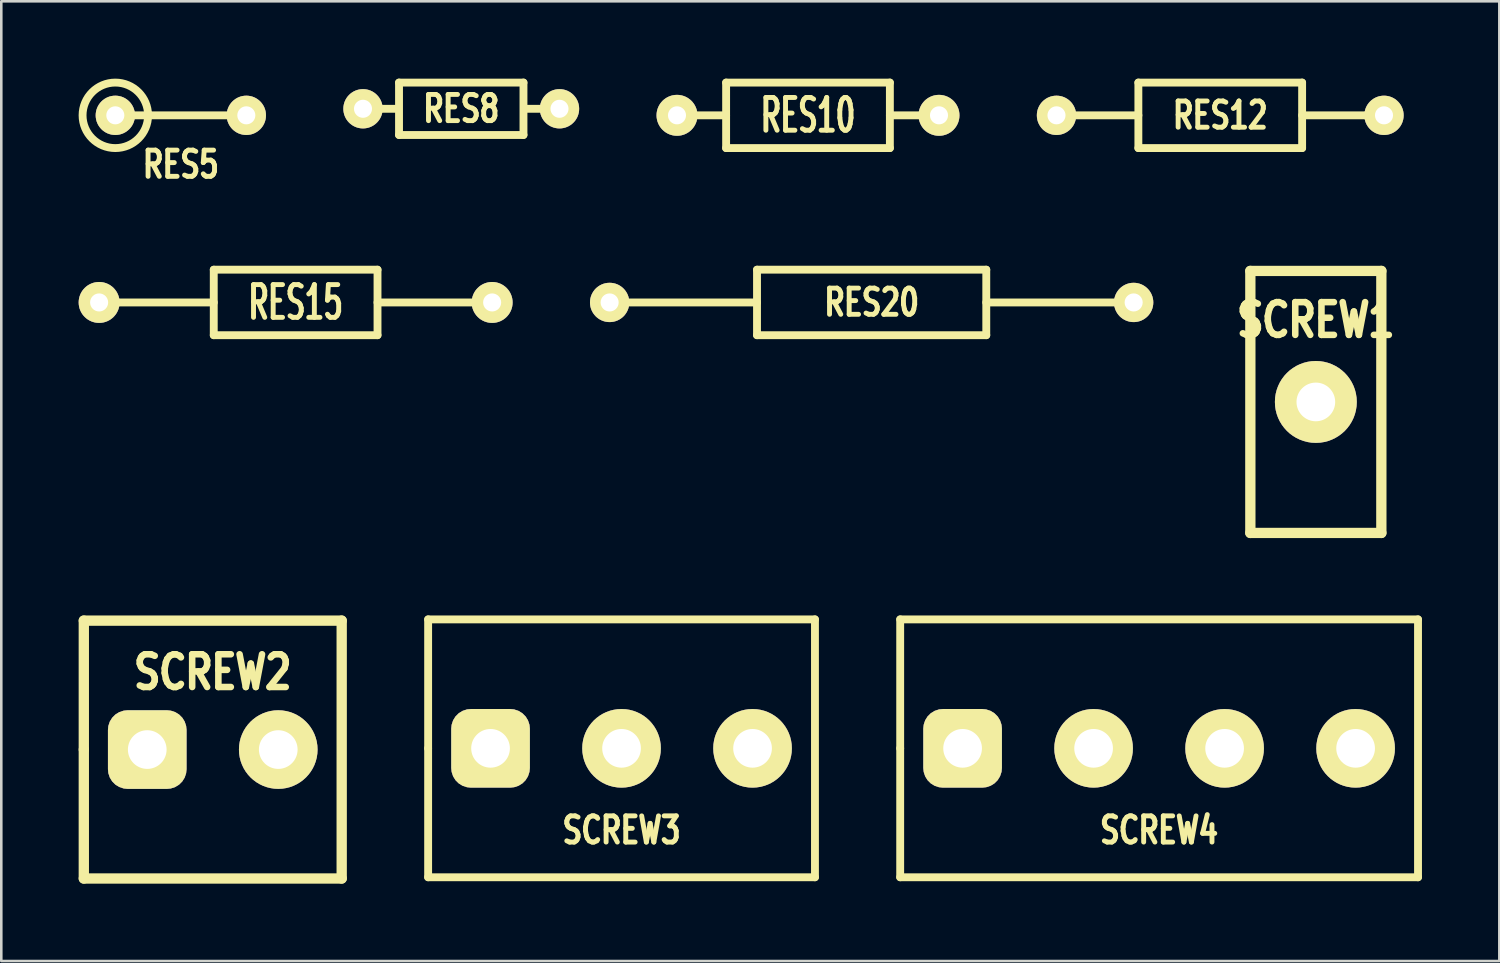
<source format=kicad_pcb>
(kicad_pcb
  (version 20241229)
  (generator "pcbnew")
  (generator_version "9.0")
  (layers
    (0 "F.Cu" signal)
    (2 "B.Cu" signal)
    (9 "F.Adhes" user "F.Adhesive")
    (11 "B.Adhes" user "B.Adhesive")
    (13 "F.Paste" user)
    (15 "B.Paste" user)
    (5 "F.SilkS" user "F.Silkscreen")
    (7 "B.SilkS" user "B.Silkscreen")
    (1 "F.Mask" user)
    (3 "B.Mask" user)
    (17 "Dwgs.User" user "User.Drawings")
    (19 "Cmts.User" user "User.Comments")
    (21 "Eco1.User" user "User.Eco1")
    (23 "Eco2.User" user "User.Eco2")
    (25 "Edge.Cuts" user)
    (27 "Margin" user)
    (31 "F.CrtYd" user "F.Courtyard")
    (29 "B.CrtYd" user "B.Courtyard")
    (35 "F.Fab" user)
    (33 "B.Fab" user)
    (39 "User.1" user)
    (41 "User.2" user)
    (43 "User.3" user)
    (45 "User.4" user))
  (footprint "RES15"
    (layer "F.Cu")
    (at 8.414 8.678)
    (property "Reference" "RES15" (at 0 0 0) (layer "F.SilkS") (effects (font (size 1.27 0.762) (thickness 0.191))))
    (attr through_hole)
    (fp_line (start -7.62 0) (end -3.175 0) (stroke (width 0.305) (type solid)) (layer "F.SilkS"))
    (fp_line (start -3.175 -1.27) (end -3.175 1.27) (stroke (width 0.305) (type solid)) (layer "F.SilkS"))
    (fp_line (start -3.175 1.27) (end 3.175 1.27) (stroke (width 0.305) (type solid)) (layer "F.SilkS"))
    (fp_line (start 3.175 -1.27) (end -3.175 -1.27) (stroke (width 0.305) (type solid)) (layer "F.SilkS"))
    (fp_line (start 3.175 1.27) (end 3.175 -1.27) (stroke (width 0.305) (type solid)) (layer "F.SilkS"))
    (fp_line (start 7.62 0) (end 3.175 0) (stroke (width 0.305) (type solid)) (layer "F.SilkS"))
    (pad "1" thru_hole circle (at -7.62 0) (size 1.587 1.587) (drill 0.7) (layers "*.Cu" "*.Mask" "F.SilkS"))
    (pad "2" thru_hole circle (at 7.62 0) (size 1.587 1.587) (drill 0.7) (layers "*.Cu" "*.Mask" "F.SilkS")))
  (footprint "SCREW4"
    (layer "F.Cu")
    (at 41.897 25.968)
    (property "Reference" "SCREW4" (at 0 3.175 0) (layer "F.SilkS") (effects (font (size 1.016 0.762) (thickness 0.191))))
    (attr through_hole)
    (fp_line (start -10.04 -5) (end 10.04 -5) (stroke (width 0.305) (type solid)) (layer "F.SilkS"))
    (fp_line (start -10.04 0) (end -10.04 -5) (stroke (width 0.305) (type solid)) (layer "F.SilkS"))
    (fp_line (start -10.04 5) (end -10.04 0) (stroke (width 0.305) (type solid)) (layer "F.SilkS"))
    (fp_line (start -10.04 5) (end 10.04 5) (stroke (width 0.305) (type solid)) (layer "F.SilkS"))
    (fp_line (start 10.04 -5) (end 10.04 5) (stroke (width 0.305) (type solid)) (layer "F.SilkS"))
    (pad "1" thru_hole roundrect (at -7.62 0) (size 3.048 3.048) (drill 1.5) (layers "*.Cu" "*.Mask" "F.SilkS") (roundrect_rratio 0.25))
    (pad "2" thru_hole circle (at -2.54 0) (size 3.048 3.048) (drill 1.5) (layers "*.Cu" "*.Mask" "F.SilkS"))
    (pad "3" thru_hole circle (at 2.54 0) (size 3.048 3.048) (drill 1.5) (layers "*.Cu" "*.Mask" "F.SilkS"))
    (pad "4" thru_hole circle (at 7.62 0) (size 3.048 3.048) (drill 1.5) (layers "*.Cu" "*.Mask" "F.SilkS")))
  (footprint "RES5"
    (layer "F.Cu")
    (at 3.962 1.422)
    (property "Reference" "RES5" (at 0 1.905 0) (layer "F.SilkS") (effects (font (size 1.016 0.762) (thickness 0.191))))
    (attr through_hole)
    (fp_line (start -2.54 0) (end 2.54 0) (stroke (width 0.305) (type solid)) (layer "F.SilkS"))
    (fp_circle (center -2.54 0) (end -3.81 0) (stroke (width 0.305) (type solid)) (fill no) (layer "F.SilkS"))
    (pad "1" thru_hole circle (at -2.54 0) (size 1.524 1.524) (drill 0.7) (layers "*.Cu" "*.Mask" "F.SilkS"))
    (pad "2" thru_hole circle (at 2.54 0) (size 1.524 1.524) (drill 0.7) (layers "*.Cu" "*.Mask" "F.SilkS")))
  (footprint "RES10"
    (layer "F.Cu")
    (at 28.282 1.422)
    (property "Reference" "RES10" (at 0 0 0) (layer "F.SilkS") (effects (font (size 1.27 0.762) (thickness 0.191))))
    (attr through_hole)
    (fp_line (start -3.175 -1.27) (end -3.175 1.27) (stroke (width 0.305) (type solid)) (layer "F.SilkS"))
    (fp_line (start -3.175 0) (end -5.08 0) (stroke (width 0.305) (type solid)) (layer "F.SilkS"))
    (fp_line (start -3.175 1.27) (end 3.175 1.27) (stroke (width 0.305) (type solid)) (layer "F.SilkS"))
    (fp_line (start 3.175 -1.27) (end -3.175 -1.27) (stroke (width 0.305) (type solid)) (layer "F.SilkS"))
    (fp_line (start 3.175 0) (end 5.08 0) (stroke (width 0.305) (type solid)) (layer "F.SilkS"))
    (fp_line (start 3.175 1.27) (end 3.175 -1.27) (stroke (width 0.305) (type solid)) (layer "F.SilkS"))
    (pad "1" thru_hole circle (at -5.08 0) (size 1.587 1.587) (drill 0.7) (layers "*.Cu" "*.Mask" "F.SilkS"))
    (pad "2" thru_hole circle (at 5.08 0) (size 1.587 1.587) (drill 0.7) (layers "*.Cu" "*.Mask" "F.SilkS")))
  (footprint "SCREW3"
    (layer "F.Cu")
    (at 21.052 25.968)
    (property "Reference" "SCREW3" (at 0 3.175 0) (layer "F.SilkS") (effects (font (size 1.016 0.762) (thickness 0.191))))
    (attr through_hole)
    (fp_line (start -7.5 -5) (end 7.5 -5) (stroke (width 0.305) (type solid)) (layer "F.SilkS"))
    (fp_line (start -7.5 0) (end -7.5 -5) (stroke (width 0.305) (type solid)) (layer "F.SilkS"))
    (fp_line (start -7.5 5) (end -7.5 0) (stroke (width 0.305) (type solid)) (layer "F.SilkS"))
    (fp_line (start -7.5 5) (end 7.5 5) (stroke (width 0.305) (type solid)) (layer "F.SilkS"))
    (fp_line (start 7.5 -5) (end 7.5 5) (stroke (width 0.305) (type solid)) (layer "F.SilkS"))
    (pad "1" thru_hole roundrect (at -5.08 0) (size 3.048 3.048) (drill 1.5) (layers "*.Cu" "*.Mask" "F.SilkS") (roundrect_rratio 0.25))
    (pad "2" thru_hole circle (at 0 0) (size 3.048 3.048) (drill 1.5) (layers "*.Cu" "*.Mask" "F.SilkS"))
    (pad "3" thru_hole circle (at 5.08 0) (size 3.048 3.048) (drill 1.5) (layers "*.Cu" "*.Mask" "F.SilkS")))
  (footprint "SCREW1"
    (layer "F.Cu")
    (at 47.975 12.536)
    (property "Reference" "SCREW1" (at 0 -3.175 0) (layer "F.SilkS") (effects (font (size 1.27 1.016) (thickness 0.254))))
    (attr through_hole)
    (fp_line (start -2.54 -5.08) (end -2.54 5.08) (stroke (width 0.4) (type solid)) (layer "F.SilkS"))
    (fp_line (start -2.54 -5.08) (end 2.54 -5.08) (stroke (width 0.4) (type solid)) (layer "F.SilkS"))
    (fp_line (start -2.54 5.08) (end 2.54 5.08) (stroke (width 0.4) (type solid)) (layer "F.SilkS"))
    (fp_line (start 2.54 -5.08) (end 2.54 5.08) (stroke (width 0.4) (type solid)) (layer "F.SilkS"))
    (pad "1" thru_hole circle (at 0 0) (size 3.175 3.175) (drill 1.5) (layers "*.Cu" "*.Mask" "F.SilkS")))
  (footprint "SCREW2"
    (layer "F.Cu")
    (at 5.2 26.016)
    (property "Reference" "SCREW2" (at 0 -3 0) (layer "F.SilkS") (effects (font (size 1.27 1.016) (thickness 0.254))))
    (attr through_hole)
    (fp_line (start -5 -5) (end 5 -5) (stroke (width 0.4) (type solid)) (layer "F.SilkS"))
    (fp_line (start -5 0) (end -5 -5) (stroke (width 0.4) (type solid)) (layer "F.SilkS"))
    (fp_line (start -5 5) (end -5 0) (stroke (width 0.4) (type solid)) (layer "F.SilkS"))
    (fp_line (start -5 5) (end 5 5) (stroke (width 0.4) (type solid)) (layer "F.SilkS"))
    (fp_line (start 5 -5) (end 5 5) (stroke (width 0.4) (type solid)) (layer "F.SilkS"))
    (pad "1" thru_hole roundrect (at -2.54 0) (size 3.048 3.048) (drill 1.5) (layers "*.Cu" "*.Mask" "F.SilkS") (roundrect_rratio 0.25))
    (pad "2" thru_hole circle (at 2.54 0) (size 3.048 3.048) (drill 1.5) (layers "*.Cu" "*.Mask" "F.SilkS")))
  (footprint "RES8"
    (layer "F.Cu")
    (at 14.836 1.168)
    (property "Reference" "RES8" (at 0 0 0) (layer "F.SilkS") (effects (font (size 1.016 0.762) (thickness 0.191))))
    (attr through_hole)
    (fp_line (start -2.54 0) (end -3.81 0) (stroke (width 0.305) (type solid)) (layer "F.SilkS"))
    (fp_line (start -2.413 -1.016) (end -2.413 1.016) (stroke (width 0.305) (type solid)) (layer "F.SilkS"))
    (fp_line (start -2.413 1.016) (end 2.413 1.016) (stroke (width 0.305) (type solid)) (layer "F.SilkS"))
    (fp_line (start 2.413 -1.016) (end -2.413 -1.016) (stroke (width 0.305) (type solid)) (layer "F.SilkS"))
    (fp_line (start 2.413 1.016) (end 2.413 -1.016) (stroke (width 0.305) (type solid)) (layer "F.SilkS"))
    (fp_line (start 2.54 0) (end 3.81 0) (stroke (width 0.305) (type solid)) (layer "F.SilkS"))
    (pad "1" thru_hole circle (at -3.81 0) (size 1.524 1.524) (drill 0.7) (layers "*.Cu" "*.Mask" "F.SilkS"))
    (pad "2" thru_hole circle (at 3.81 0) (size 1.524 1.524) (drill 0.7) (layers "*.Cu" "*.Mask" "F.SilkS")))
  (footprint "RES20"
    (layer "F.Cu")
    (at 30.75 8.678)
    (property "Reference" "RES20" (at 0 0 0) (layer "F.SilkS") (effects (font (size 1.016 0.762) (thickness 0.191))))
    (attr through_hole)
    (fp_line (start -4.445 -1.27) (end -4.445 1.27) (stroke (width 0.305) (type solid)) (layer "F.SilkS"))
    (fp_line (start -4.445 0) (end -10.16 0) (stroke (width 0.305) (type solid)) (layer "F.SilkS"))
    (fp_line (start -4.445 1.27) (end 4.445 1.27) (stroke (width 0.305) (type solid)) (layer "F.SilkS"))
    (fp_line (start 4.445 -1.27) (end -4.445 -1.27) (stroke (width 0.305) (type solid)) (layer "F.SilkS"))
    (fp_line (start 4.445 0) (end 10.16 0) (stroke (width 0.305) (type solid)) (layer "F.SilkS"))
    (fp_line (start 4.445 1.27) (end 4.445 -1.27) (stroke (width 0.305) (type solid)) (layer "F.SilkS"))
    (pad "1" thru_hole circle (at -10.16 0) (size 1.524 1.524) (drill 0.7) (layers "*.Cu" "*.Mask" "F.SilkS"))
    (pad "2" thru_hole circle (at 10.16 0) (size 1.524 1.524) (drill 0.7) (layers "*.Cu" "*.Mask" "F.SilkS")))
  (footprint "RES12"
    (layer "F.Cu")
    (at 44.268 1.422)
    (property "Reference" "RES12" (at 0 0 0) (layer "F.SilkS") (effects (font (size 1.016 0.762) (thickness 0.191))))
    (attr through_hole)
    (fp_line (start -3.175 -1.27) (end -3.175 1.27) (stroke (width 0.305) (type solid)) (layer "F.SilkS"))
    (fp_line (start -3.175 0) (end -6.35 0) (stroke (width 0.305) (type solid)) (layer "F.SilkS"))
    (fp_line (start -3.175 1.27) (end 3.175 1.27) (stroke (width 0.305) (type solid)) (layer "F.SilkS"))
    (fp_line (start 3.175 -1.27) (end -3.175 -1.27) (stroke (width 0.305) (type solid)) (layer "F.SilkS"))
    (fp_line (start 3.175 0) (end 6.35 0) (stroke (width 0.305) (type solid)) (layer "F.SilkS"))
    (fp_line (start 3.175 1.27) (end 3.175 -1.27) (stroke (width 0.305) (type solid)) (layer "F.SilkS"))
    (pad "1" thru_hole circle (at -6.35 0) (size 1.524 1.524) (drill 0.7) (layers "*.Cu" "*.Mask" "F.SilkS"))
    (pad "2" thru_hole circle (at 6.35 0) (size 1.524 1.524) (drill 0.7) (layers "*.Cu" "*.Mask" "F.SilkS")))
  (gr_rect
    (start -3 -3)
    (end 55.09 34.216)
    (stroke (width 0.1) (type default))
    (fill no)
    (layer "Edge.Cuts")))
</source>
